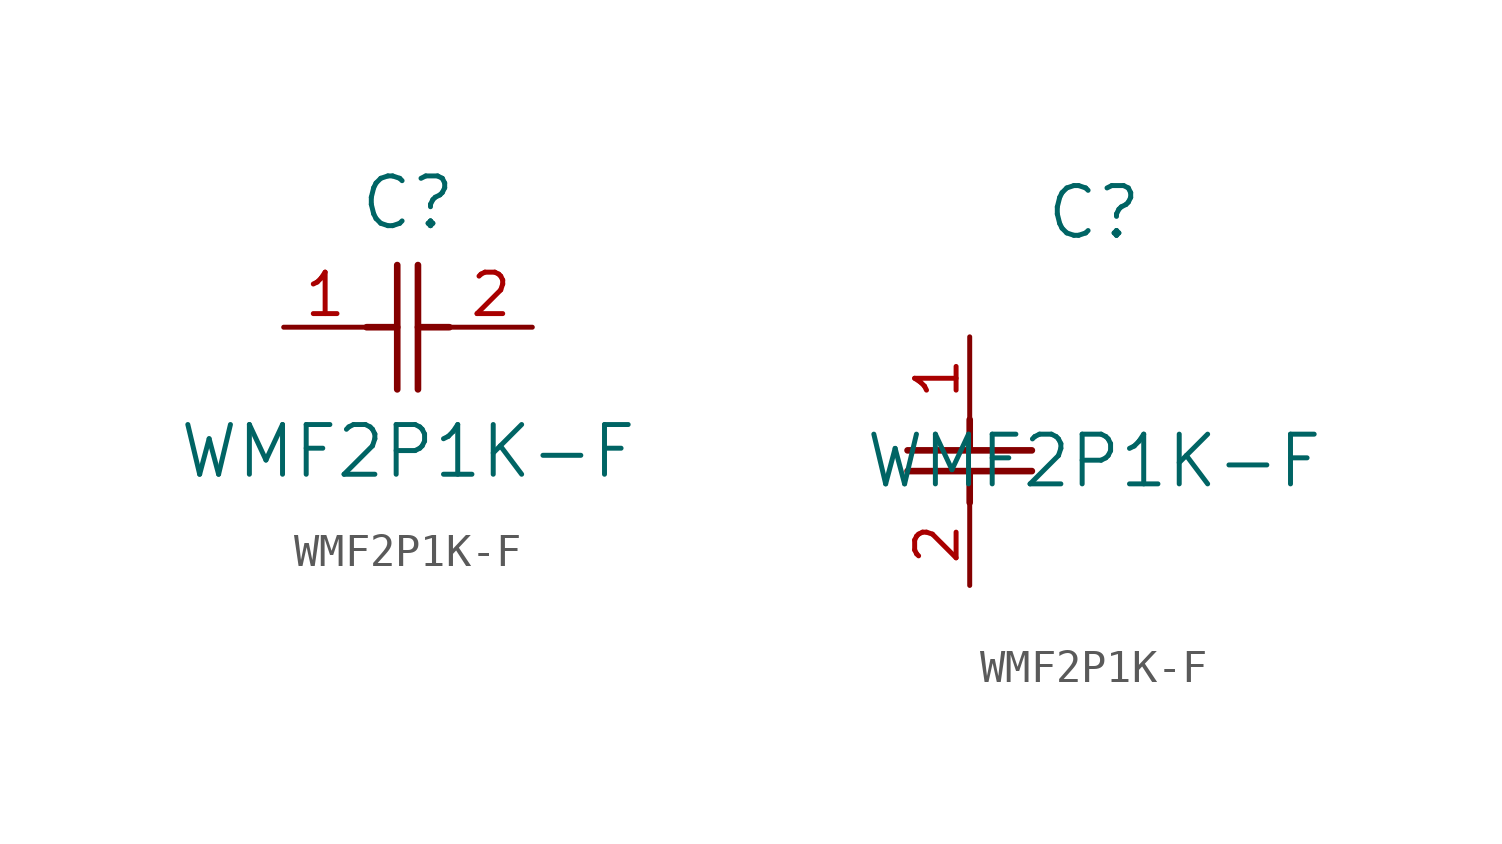
<source format=kicad_sym>
(kicad_symbol_lib
  (version 20211014)
  (generator kicad_symbol_editor)
  (symbol "WMF2P1K-F"
    (pin_names
      (offset 0.254))
    (property "Reference" "C"
      (at 3.81 3.81 0)
      (effects (font (size 1.524 1.524))))
    (property "Value" "WMF2P1K-F"
      (at 3.81 -3.81 0)
      (effects (font (size 1.524 1.524))))
    (symbol "WMF2P1K-F_1_1"
      (polyline (pts (xy 3.48 -1.905) (xy 3.48 1.905)) (stroke (width 0.203) (type default) (color 0 0 0 0)) (fill (type none)))
      (polyline (pts (xy 4.115 -1.905) (xy 4.115 1.905)) (stroke (width 0.203) (type default) (color 0 0 0 0)) (fill (type none)))
      (polyline (pts (xy 4.115 0) (xy 5.08 0)) (stroke (width 0.203) (type default) (color 0 0 0 0)) (fill (type none)))
      (polyline (pts (xy 2.54 0) (xy 3.48 0)) (stroke (width 0.203) (type default) (color 0 0 0 0)) (fill (type none)))
      (pin unspecified line (at 0 0 0) (length 2.54) (name "" (effects (font (size 1.27 1.27)))) (number "1" (effects (font (size 1.27 1.27)))))
      (pin unspecified line (at 7.62 0 180) (length 2.54) (name "" (effects (font (size 1.27 1.27)))) (number "2" (effects (font (size 1.27 1.27))))))
    (symbol "WMF2P1K-F_1_2"
      (polyline (pts (xy -1.905 -3.48) (xy 1.905 -3.48)) (stroke (width 0.203) (type default) (color 0 0 0 0)) (fill (type none)))
      (polyline (pts (xy -1.905 -4.115) (xy 1.905 -4.115)) (stroke (width 0.203) (type default) (color 0 0 0 0)) (fill (type none)))
      (polyline (pts (xy 0 -4.115) (xy 0 -5.08)) (stroke (width 0.203) (type default) (color 0 0 0 0)) (fill (type none)))
      (polyline (pts (xy 0 -2.54) (xy 0 -3.48)) (stroke (width 0.203) (type default) (color 0 0 0 0)) (fill (type none)))
      (pin unspecified line (at 0 0 270) (length 2.54) (name "" (effects (font (size 1.27 1.27)))) (number "1" (effects (font (size 1.27 1.27)))))
      (pin unspecified line (at 0 -7.62 90) (length 2.54) (name "" (effects (font (size 1.27 1.27)))) (number "2" (effects (font (size 1.27 1.27))))))))
</source>
